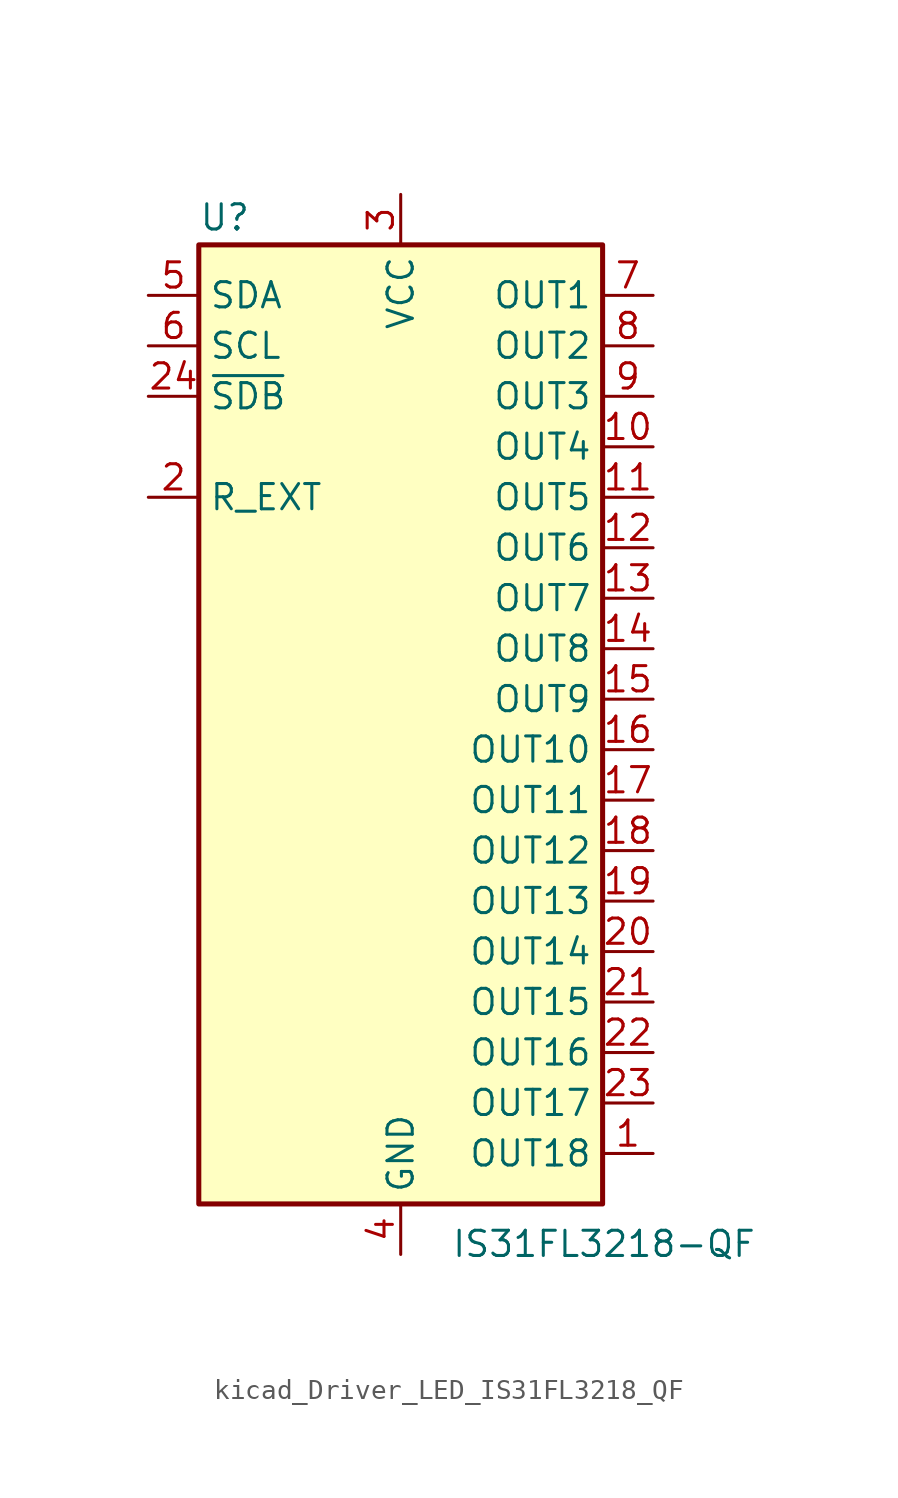
<source format=kicad_sym>
(kicad_symbol_lib
  (version 20220914)
  (generator kicad_symbol_editor)
  (symbol "kicad_Driver_LED_IS31FL3218_QF"
    (property "Reference" "U"
      (at -10.16 26.035 0)
      (effects (font (size 1.27 1.27)) (justify left bottom)))
    (property "Value" "IS31FL3218-QF"
      (at 2.54 -24.13 0)
      (effects (font (size 1.27 1.27)) (justify left top)))
    (symbol "kicad_Driver_LED_IS31FL3218_QF_0_1"
      (rectangle (start -10.16 25.4) (end 10.16 -22.86) (stroke (width 0.254) (type default)) (fill (type background))))
    (symbol "kicad_Driver_LED_IS31FL3218_QF_1_1"
      (pin open_collector line (at 12.7 -20.32 180) (length 2.54) (name "OUT18" (effects (font (size 1.27 1.27)))) (number "1" (effects (font (size 1.27 1.27)))))
      (pin open_collector line (at 12.7 15.24 180) (length 2.54) (name "OUT4" (effects (font (size 1.27 1.27)))) (number "10" (effects (font (size 1.27 1.27)))))
      (pin open_collector line (at 12.7 12.7 180) (length 2.54) (name "OUT5" (effects (font (size 1.27 1.27)))) (number "11" (effects (font (size 1.27 1.27)))))
      (pin open_collector line (at 12.7 10.16 180) (length 2.54) (name "OUT6" (effects (font (size 1.27 1.27)))) (number "12" (effects (font (size 1.27 1.27)))))
      (pin open_collector line (at 12.7 7.62 180) (length 2.54) (name "OUT7" (effects (font (size 1.27 1.27)))) (number "13" (effects (font (size 1.27 1.27)))))
      (pin open_collector line (at 12.7 5.08 180) (length 2.54) (name "OUT8" (effects (font (size 1.27 1.27)))) (number "14" (effects (font (size 1.27 1.27)))))
      (pin open_collector line (at 12.7 2.54 180) (length 2.54) (name "OUT9" (effects (font (size 1.27 1.27)))) (number "15" (effects (font (size 1.27 1.27)))))
      (pin open_collector line (at 12.7 0 180) (length 2.54) (name "OUT10" (effects (font (size 1.27 1.27)))) (number "16" (effects (font (size 1.27 1.27)))))
      (pin open_collector line (at 12.7 -2.54 180) (length 2.54) (name "OUT11" (effects (font (size 1.27 1.27)))) (number "17" (effects (font (size 1.27 1.27)))))
      (pin open_collector line (at 12.7 -5.08 180) (length 2.54) (name "OUT12" (effects (font (size 1.27 1.27)))) (number "18" (effects (font (size 1.27 1.27)))))
      (pin open_collector line (at 12.7 -7.62 180) (length 2.54) (name "OUT13" (effects (font (size 1.27 1.27)))) (number "19" (effects (font (size 1.27 1.27)))))
      (pin passive line (at -12.7 12.7 0) (length 2.54) (name "R_EXT" (effects (font (size 1.27 1.27)))) (number "2" (effects (font (size 1.27 1.27)))))
      (pin open_collector line (at 12.7 -10.16 180) (length 2.54) (name "OUT14" (effects (font (size 1.27 1.27)))) (number "20" (effects (font (size 1.27 1.27)))))
      (pin open_collector line (at 12.7 -12.7 180) (length 2.54) (name "OUT15" (effects (font (size 1.27 1.27)))) (number "21" (effects (font (size 1.27 1.27)))))
      (pin open_collector line (at 12.7 -15.24 180) (length 2.54) (name "OUT16" (effects (font (size 1.27 1.27)))) (number "22" (effects (font (size 1.27 1.27)))))
      (pin open_collector line (at 12.7 -17.78 180) (length 2.54) (name "OUT17" (effects (font (size 1.27 1.27)))) (number "23" (effects (font (size 1.27 1.27)))))
      (pin input line (at -12.7 17.78 0) (length 2.54) (name "~{SDB}" (effects (font (size 1.27 1.27)))) (number "24" (effects (font (size 1.27 1.27)))))
      (pin passive line (at 0 -25.4 90) (length 2.54) hide (name "GND" (effects (font (size 1.27 1.27)))) (number "25" (effects (font (size 1.27 1.27)))))
      (pin power_in line (at 0 27.94 270) (length 2.54) (name "VCC" (effects (font (size 1.27 1.27)))) (number "3" (effects (font (size 1.27 1.27)))))
      (pin power_in line (at 0 -25.4 90) (length 2.54) (name "GND" (effects (font (size 1.27 1.27)))) (number "4" (effects (font (size 1.27 1.27)))))
      (pin bidirectional line (at -12.7 22.86 0) (length 2.54) (name "SDA" (effects (font (size 1.27 1.27)))) (number "5" (effects (font (size 1.27 1.27)))))
      (pin input line (at -12.7 20.32 0) (length 2.54) (name "SCL" (effects (font (size 1.27 1.27)))) (number "6" (effects (font (size 1.27 1.27)))))
      (pin open_collector line (at 12.7 22.86 180) (length 2.54) (name "OUT1" (effects (font (size 1.27 1.27)))) (number "7" (effects (font (size 1.27 1.27)))))
      (pin open_collector line (at 12.7 20.32 180) (length 2.54) (name "OUT2" (effects (font (size 1.27 1.27)))) (number "8" (effects (font (size 1.27 1.27)))))
      (pin open_collector line (at 12.7 17.78 180) (length 2.54) (name "OUT3" (effects (font (size 1.27 1.27)))) (number "9" (effects (font (size 1.27 1.27))))))))
</source>
